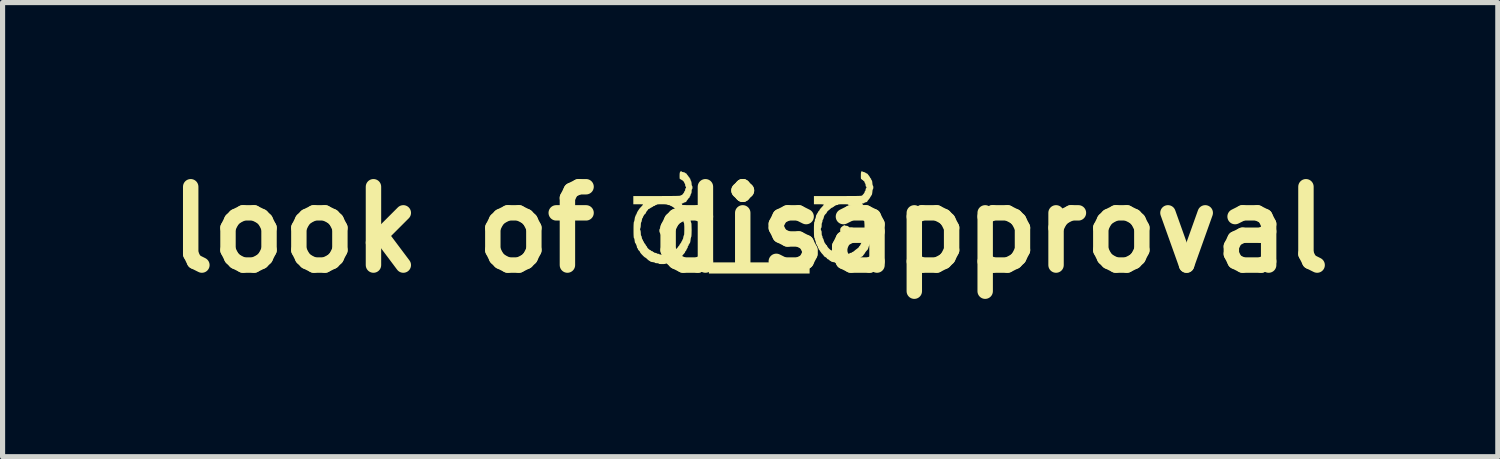
<source format=kicad_pcb>
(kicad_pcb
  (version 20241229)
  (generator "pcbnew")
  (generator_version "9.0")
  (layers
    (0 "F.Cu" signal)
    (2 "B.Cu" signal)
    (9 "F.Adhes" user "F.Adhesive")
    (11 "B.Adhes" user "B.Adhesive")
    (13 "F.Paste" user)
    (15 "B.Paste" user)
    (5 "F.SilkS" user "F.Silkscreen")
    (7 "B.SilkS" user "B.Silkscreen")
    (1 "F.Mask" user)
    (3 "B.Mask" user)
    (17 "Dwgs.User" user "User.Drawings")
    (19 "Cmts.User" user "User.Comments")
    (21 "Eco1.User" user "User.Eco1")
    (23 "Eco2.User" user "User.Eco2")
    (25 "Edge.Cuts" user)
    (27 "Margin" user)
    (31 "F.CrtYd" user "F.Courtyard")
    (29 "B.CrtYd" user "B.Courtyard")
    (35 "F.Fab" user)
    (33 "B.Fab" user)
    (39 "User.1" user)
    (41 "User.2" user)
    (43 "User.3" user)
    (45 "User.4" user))
  (footprint "look of disapproval"
    (layer "F.Cu")
    (at 11.546 1.418)
    (property "Reference" "look of disapproval" (at 0 0 0) (layer "F.SilkS") (effects (font (size 1.524 1.524) (thickness 0.3))))
    (attr board_only exclude_from_pos_files exclude_from_bom)
    (fp_poly (pts (xy 1.156 0.854) (xy -0.804 0.854) (xy -0.804 0.637) (xy 1.156 0.637)) (stroke (width 0) (type solid)) (fill yes) (layer "F.SilkS"))
    (fp_poly (pts (xy 1.843 -0.084) (xy 1.85 -0.078) (xy 1.868 -0.075) (xy 1.868 -0.075) (xy 1.886 -0.074) (xy 1.901 -0.068) (xy 1.92 -0.054) (xy 1.932 -0.042) (xy 1.942 -0.024) (xy 1.944 0.004) (xy 1.94 0.035) (xy 1.931 0.065) (xy 1.916 0.087) (xy 1.901 0.1) (xy 1.884 0.106) (xy 1.859 0.109) (xy 1.844 0.109) (xy 1.815 0.108) (xy 1.799 0.105) (xy 1.791 0.098) (xy 1.789 0.092) (xy 1.781 0.079) (xy 1.775 0.075) (xy 1.768 0.069) (xy 1.768 0.063) (xy 1.763 0.052) (xy 1.759 0.05) (xy 1.754 0.043) (xy 1.751 0.024) (xy 1.751 0.012) (xy 1.753 -0.016) (xy 1.763 -0.036) (xy 1.774 -0.048) (xy 1.794 -0.065) (xy 1.815 -0.078) (xy 1.832 -0.086) (xy 1.842 -0.086)) (stroke (width 0) (type solid)) (fill yes) (layer "F.SilkS"))
    (fp_poly (pts (xy -1.643 -0.074) (xy -1.628 -0.07) (xy -1.625 -0.067) (xy -1.618 -0.059) (xy -1.614 -0.059) (xy -1.603 -0.051) (xy -1.597 -0.038) (xy -1.59 -0.022) (xy -1.583 -0.017) (xy -1.578 -0.009) (xy -1.575 0.01) (xy -1.575 0.021) (xy -1.577 0.043) (xy -1.581 0.057) (xy -1.583 0.059) (xy -1.59 0.066) (xy -1.592 0.075) (xy -1.595 0.089) (xy -1.601 0.092) (xy -1.606 0.097) (xy -1.605 0.1) (xy -1.608 0.106) (xy -1.623 0.112) (xy -1.646 0.116) (xy -1.673 0.117) (xy -1.698 0.115) (xy -1.717 0.111) (xy -1.739 0.097) (xy -1.75 0.078) (xy -1.751 0.072) (xy -1.755 0.06) (xy -1.759 0.059) (xy -1.764 0.051) (xy -1.767 0.032) (xy -1.768 0.021) (xy -1.766 -0.002) (xy -1.762 -0.015) (xy -1.759 -0.017) (xy -1.751 -0.024) (xy -1.746 -0.038) (xy -1.736 -0.055) (xy -1.725 -0.059) (xy -1.712 -0.062) (xy -1.709 -0.067) (xy -1.701 -0.072) (xy -1.682 -0.075) (xy -1.667 -0.075)) (stroke (width 0) (type solid)) (fill yes) (layer "F.SilkS"))
    (fp_poly (pts (xy -1.334 -1.135) (xy -1.336 -1.132) (xy -1.331 -1.126) (xy -1.314 -1.121) (xy -1.303 -1.119) (xy -1.28 -1.114) (xy -1.267 -1.108) (xy -1.265 -1.105) (xy -1.258 -1.098) (xy -1.252 -1.097) (xy -1.241 -1.093) (xy -1.24 -1.089) (xy -1.234 -1.079) (xy -1.221 -1.063) (xy -1.219 -1.06) (xy -1.205 -1.044) (xy -1.198 -1.032) (xy -1.198 -1.031) (xy -1.192 -1.022) (xy -1.19 -1.022) (xy -1.182 -1.015) (xy -1.181 -1.009) (xy -1.177 -0.998) (xy -1.173 -0.997) (xy -1.166 -0.99) (xy -1.164 -0.982) (xy -1.16 -0.963) (xy -1.152 -0.95) (xy -1.145 -0.932) (xy -1.14 -0.906) (xy -1.14 -0.894) (xy -1.138 -0.871) (xy -1.134 -0.857) (xy -1.131 -0.854) (xy -1.126 -0.847) (xy -1.123 -0.828) (xy -1.123 -0.821) (xy -1.124 -0.8) (xy -1.129 -0.788) (xy -1.131 -0.787) (xy -1.136 -0.78) (xy -1.139 -0.761) (xy -1.139 -0.746) (xy -1.141 -0.722) (xy -1.144 -0.707) (xy -1.147 -0.704) (xy -1.153 -0.696) (xy -1.159 -0.678) (xy -1.16 -0.674) (xy -1.165 -0.655) (xy -1.172 -0.645) (xy -1.173 -0.645) (xy -1.18 -0.638) (xy -1.181 -0.628) (xy -1.184 -0.616) (xy -1.19 -0.616) (xy -1.197 -0.615) (xy -1.198 -0.612) (xy -1.203 -0.6) (xy -1.217 -0.584) (xy -1.219 -0.581) (xy -1.233 -0.564) (xy -1.24 -0.55) (xy -1.24 -0.549) (xy -1.247 -0.539) (xy -1.267 -0.532) (xy -1.269 -0.531) (xy -1.288 -0.526) (xy -1.298 -0.52) (xy -1.298 -0.518) (xy -1.306 -0.512) (xy -1.315 -0.511) (xy -1.329 -0.508) (xy -1.332 -0.504) (xy -1.326 -0.491) (xy -1.31 -0.469) (xy -1.285 -0.441) (xy -1.276 -0.431) (xy -1.256 -0.405) (xy -1.241 -0.376) (xy -1.238 -0.369) (xy -1.23 -0.348) (xy -1.223 -0.336) (xy -1.221 -0.335) (xy -1.215 -0.328) (xy -1.215 -0.322) (xy -1.209 -0.307) (xy -1.198 -0.291) (xy -1.186 -0.273) (xy -1.181 -0.258) (xy -1.178 -0.245) (xy -1.173 -0.243) (xy -1.169 -0.235) (xy -1.164 -0.215) (xy -1.16 -0.188) (xy -1.156 -0.161) (xy -1.151 -0.141) (xy -1.147 -0.134) (xy -1.144 -0.126) (xy -1.142 -0.104) (xy -1.141 -0.071) (xy -1.14 -0.029) (xy -1.139 0.004) (xy -1.14 0.05) (xy -1.141 0.09) (xy -1.143 0.12) (xy -1.145 0.138) (xy -1.147 0.142) (xy -1.151 0.15) (xy -1.156 0.17) (xy -1.16 0.199) (xy -1.16 0.201) (xy -1.164 0.23) (xy -1.169 0.251) (xy -1.173 0.26) (xy -1.174 0.26) (xy -1.18 0.266) (xy -1.181 0.272) (xy -1.186 0.283) (xy -1.19 0.285) (xy -1.196 0.292) (xy -1.198 0.302) (xy -1.201 0.315) (xy -1.206 0.318) (xy -1.213 0.326) (xy -1.215 0.339) (xy -1.217 0.355) (xy -1.221 0.36) (xy -1.228 0.367) (xy -1.237 0.385) (xy -1.239 0.39) (xy -1.247 0.409) (xy -1.256 0.418) (xy -1.257 0.419) (xy -1.264 0.426) (xy -1.265 0.432) (xy -1.27 0.447) (xy -1.284 0.464) (xy -1.284 0.464) (xy -1.302 0.484) (xy -1.315 0.502) (xy -1.331 0.518) (xy -1.344 0.525) (xy -1.361 0.534) (xy -1.38 0.551) (xy -1.383 0.554) (xy -1.401 0.57) (xy -1.415 0.578) (xy -1.417 0.578) (xy -1.431 0.584) (xy -1.441 0.595) (xy -1.456 0.608) (xy -1.468 0.612) (xy -1.48 0.615) (xy -1.483 0.619) (xy -1.49 0.625) (xy -1.509 0.631) (xy -1.52 0.633) (xy -1.543 0.638) (xy -1.556 0.643) (xy -1.558 0.646) (xy -1.566 0.65) (xy -1.585 0.653) (xy -1.6 0.653) (xy -1.624 0.655) (xy -1.639 0.659) (xy -1.642 0.662) (xy -1.65 0.666) (xy -1.672 0.669) (xy -1.704 0.67) (xy -1.714 0.67) (xy -1.751 0.669) (xy -1.773 0.667) (xy -1.78 0.663) (xy -1.78 0.662) (xy -1.784 0.656) (xy -1.802 0.654) (xy -1.813 0.653) (xy -1.836 0.652) (xy -1.85 0.648) (xy -1.851 0.646) (xy -1.859 0.64) (xy -1.878 0.635) (xy -1.897 0.632) (xy -1.923 0.628) (xy -1.939 0.623) (xy -1.944 0.619) (xy -1.95 0.612) (xy -1.952 0.612) (xy -1.966 0.605) (xy -1.99 0.587) (xy -2.015 0.563) (xy -2.03 0.55) (xy -2.04 0.545) (xy -2.04 0.545) (xy -2.052 0.538) (xy -2.072 0.521) (xy -2.088 0.505) (xy -2.117 0.475) (xy -2.135 0.453) (xy -2.143 0.439) (xy -2.145 0.434) (xy -2.151 0.421) (xy -2.166 0.407) (xy -2.18 0.391) (xy -2.186 0.376) (xy -2.19 0.363) (xy -2.195 0.36) (xy -2.202 0.353) (xy -2.203 0.344) (xy -2.206 0.327) (xy -2.213 0.305) (xy -2.223 0.282) (xy -2.232 0.265) (xy -2.238 0.26) (xy -2.242 0.252) (xy -2.246 0.232) (xy -2.249 0.209) (xy -2.253 0.184) (xy -2.258 0.168) (xy -2.263 0.164) (xy -2.265 0.157) (xy -2.267 0.136) (xy -2.269 0.102) (xy -2.27 0.058) (xy -2.27 0.009) (xy -2.27 -0.008) (xy -2.144 -0.008) (xy -2.138 0.008) (xy -2.132 0.026) (xy -2.129 0.053) (xy -2.128 0.071) (xy -2.127 0.096) (xy -2.124 0.113) (xy -2.121 0.117) (xy -2.115 0.125) (xy -2.11 0.143) (xy -2.109 0.153) (xy -2.104 0.175) (xy -2.097 0.189) (xy -2.095 0.191) (xy -2.087 0.201) (xy -2.086 0.21) (xy -2.082 0.223) (xy -2.078 0.226) (xy -2.07 0.233) (xy -2.069 0.24) (xy -2.063 0.256) (xy -2.054 0.267) (xy -2.039 0.286) (xy -2.032 0.299) (xy -2.025 0.314) (xy -2.018 0.318) (xy -2.011 0.325) (xy -2.011 0.33) (xy -2.004 0.345) (xy -1.989 0.364) (xy -1.969 0.383) (xy -1.95 0.396) (xy -1.945 0.397) (xy -1.931 0.405) (xy -1.927 0.411) (xy -1.92 0.417) (xy -1.91 0.419) (xy -1.896 0.422) (xy -1.893 0.427) (xy -1.886 0.435) (xy -1.881 0.436) (xy -1.87 0.44) (xy -1.868 0.444) (xy -1.861 0.45) (xy -1.843 0.452) (xy -1.843 0.452) (xy -1.825 0.455) (xy -1.818 0.461) (xy -1.818 0.461) (xy -1.811 0.467) (xy -1.793 0.469) (xy -1.793 0.469) (xy -1.775 0.472) (xy -1.768 0.477) (xy -1.768 0.478) (xy -1.76 0.482) (xy -1.739 0.485) (xy -1.708 0.486) (xy -1.704 0.486) (xy -1.67 0.485) (xy -1.651 0.482) (xy -1.646 0.478) (xy -1.643 0.472) (xy -1.626 0.469) (xy -1.622 0.469) (xy -1.602 0.467) (xy -1.592 0.462) (xy -1.592 0.461) (xy -1.584 0.455) (xy -1.567 0.452) (xy -1.567 0.452) (xy -1.549 0.45) (xy -1.541 0.444) (xy -1.541 0.444) (xy -1.535 0.437) (xy -1.529 0.436) (xy -1.518 0.431) (xy -1.516 0.427) (xy -1.51 0.42) (xy -1.504 0.419) (xy -1.493 0.414) (xy -1.491 0.41) (xy -1.484 0.403) (xy -1.478 0.402) (xy -1.466 0.396) (xy -1.447 0.382) (xy -1.427 0.364) (xy -1.41 0.345) (xy -1.4 0.331) (xy -1.399 0.327) (xy -1.393 0.319) (xy -1.391 0.318) (xy -1.383 0.311) (xy -1.377 0.299) (xy -1.366 0.279) (xy -1.356 0.267) (xy -1.344 0.251) (xy -1.34 0.24) (xy -1.336 0.228) (xy -1.332 0.226) (xy -1.325 0.219) (xy -1.324 0.209) (xy -1.32 0.196) (xy -1.316 0.193) (xy -1.31 0.185) (xy -1.304 0.166) (xy -1.302 0.151) (xy -1.297 0.127) (xy -1.292 0.112) (xy -1.289 0.109) (xy -1.286 0.101) (xy -1.284 0.079) (xy -1.283 0.047) (xy -1.282 0.006) (xy -1.282 -0.013) (xy -1.282 -0.057) (xy -1.284 -0.093) (xy -1.286 -0.118) (xy -1.288 -0.13) (xy -1.289 -0.13) (xy -1.294 -0.135) (xy -1.299 -0.153) (xy -1.302 -0.172) (xy -1.307 -0.197) (xy -1.312 -0.214) (xy -1.316 -0.218) (xy -1.322 -0.225) (xy -1.324 -0.235) (xy -1.327 -0.248) (xy -1.332 -0.251) (xy -1.339 -0.258) (xy -1.34 -0.264) (xy -1.345 -0.275) (xy -1.349 -0.276) (xy -1.357 -0.283) (xy -1.357 -0.285) (xy -1.359 -0.294) (xy -1.367 -0.306) (xy -1.383 -0.324) (xy -1.404 -0.347) (xy -1.423 -0.368) (xy -1.437 -0.387) (xy -1.44 -0.392) (xy -1.454 -0.407) (xy -1.474 -0.42) (xy -1.492 -0.43) (xy -1.499 -0.437) (xy -1.5 -0.438) (xy -1.506 -0.443) (xy -1.512 -0.444) (xy -1.523 -0.449) (xy -1.525 -0.452) (xy -1.532 -0.459) (xy -1.541 -0.461) (xy -1.555 -0.464) (xy -1.558 -0.469) (xy -1.565 -0.475) (xy -1.583 -0.478) (xy -1.602 -0.48) (xy -1.613 -0.486) (xy -1.623 -0.489) (xy -1.647 -0.492) (xy -1.682 -0.494) (xy -1.718 -0.494) (xy -1.762 -0.494) (xy -1.794 -0.492) (xy -1.813 -0.489) (xy -1.818 -0.486) (xy -1.825 -0.479) (xy -1.835 -0.478) (xy -1.848 -0.474) (xy -1.851 -0.469) (xy -1.858 -0.462) (xy -1.868 -0.461) (xy -1.882 -0.458) (xy -1.885 -0.454) (xy -1.892 -0.447) (xy -1.909 -0.438) (xy -1.912 -0.436) (xy -1.934 -0.425) (xy -1.95 -0.414) (xy -1.95 -0.413) (xy -1.966 -0.404) (xy -1.973 -0.402) (xy -1.984 -0.397) (xy -1.985 -0.393) (xy -1.991 -0.382) (xy -2.005 -0.367) (xy -2.005 -0.366) (xy -2.021 -0.346) (xy -2.03 -0.325) (xy -2.04 -0.307) (xy -2.052 -0.297) (xy -2.066 -0.286) (xy -2.069 -0.276) (xy -2.073 -0.263) (xy -2.078 -0.26) (xy -2.084 -0.253) (xy -2.086 -0.243) (xy -2.089 -0.229) (xy -2.094 -0.226) (xy -2.1 -0.219) (xy -2.105 -0.199) (xy -2.108 -0.184) (xy -2.112 -0.16) (xy -2.118 -0.145) (xy -2.121 -0.142) (xy -2.124 -0.135) (xy -2.127 -0.115) (xy -2.128 -0.092) (xy -2.13 -0.062) (xy -2.134 -0.037) (xy -2.138 -0.025) (xy -2.144 -0.008) (xy -2.27 -0.008) (xy -2.27 -0.042) (xy -2.269 -0.086) (xy -2.267 -0.12) (xy -2.265 -0.142) (xy -2.263 -0.151) (xy -2.263 -0.151) (xy -2.258 -0.158) (xy -2.253 -0.178) (xy -2.249 -0.201) (xy -2.245 -0.229) (xy -2.24 -0.249) (xy -2.236 -0.256) (xy -2.23 -0.267) (xy -2.228 -0.277) (xy -2.225 -0.29) (xy -2.22 -0.293) (xy -2.212 -0.3) (xy -2.212 -0.303) (xy -2.207 -0.322) (xy -2.194 -0.349) (xy -2.175 -0.379) (xy -2.155 -0.408) (xy -2.14 -0.425) (xy -2.113 -0.454) (xy -2.096 -0.473) (xy -2.087 -0.485) (xy -2.086 -0.49) (xy -2.094 -0.492) (xy -2.115 -0.493) (xy -2.146 -0.494) (xy -2.18 -0.494) (xy -2.274 -0.494) (xy -2.274 -0.653) (xy -1.816 -0.653) (xy -1.704 -0.654) (xy -1.607 -0.654) (xy -1.526 -0.655) (xy -1.46 -0.656) (xy -1.41 -0.657) (xy -1.377 -0.659) (xy -1.36 -0.661) (xy -1.357 -0.662) (xy -1.35 -0.669) (xy -1.342 -0.67) (xy -1.326 -0.677) (xy -1.315 -0.688) (xy -1.301 -0.706) (xy -1.292 -0.717) (xy -1.283 -0.733) (xy -1.282 -0.741) (xy -1.277 -0.752) (xy -1.273 -0.754) (xy -1.267 -0.761) (xy -1.265 -0.779) (xy -1.265 -0.779) (xy -1.263 -0.797) (xy -1.257 -0.804) (xy -1.257 -0.804) (xy -1.25 -0.811) (xy -1.248 -0.821) (xy -1.252 -0.835) (xy -1.257 -0.838) (xy -1.262 -0.845) (xy -1.265 -0.863) (xy -1.265 -0.867) (xy -1.267 -0.886) (xy -1.272 -0.896) (xy -1.273 -0.896) (xy -1.281 -0.903) (xy -1.282 -0.909) (xy -1.287 -0.925) (xy -1.301 -0.943) (xy -1.317 -0.958) (xy -1.329 -0.963) (xy -1.339 -0.968) (xy -1.34 -0.972) (xy -1.347 -0.979) (xy -1.357 -0.98) (xy -1.365 -0.982) (xy -1.37 -0.988) (xy -1.373 -1.003) (xy -1.374 -1.029) (xy -1.374 -1.048) (xy -1.373 -1.088) (xy -1.368 -1.114) (xy -1.362 -1.127) (xy -1.349 -1.136) (xy -1.338 -1.139)) (stroke (width 0) (type solid)) (fill yes) (layer "F.SilkS"))
    (fp_poly (pts (xy 2.176 -1.136) (xy 2.18 -1.133) (xy 2.195 -1.125) (xy 2.218 -1.119) (xy 2.218 -1.119) (xy 2.236 -1.113) (xy 2.245 -1.106) (xy 2.245 -1.105) (xy 2.252 -1.099) (xy 2.26 -1.097) (xy 2.276 -1.091) (xy 2.287 -1.08) (xy 2.303 -1.059) (xy 2.314 -1.045) (xy 2.327 -1.026) (xy 2.333 -1.013) (xy 2.341 -1) (xy 2.346 -0.997) (xy 2.353 -0.99) (xy 2.354 -0.981) (xy 2.358 -0.966) (xy 2.364 -0.962) (xy 2.37 -0.952) (xy 2.375 -0.93) (xy 2.377 -0.906) (xy 2.38 -0.879) (xy 2.385 -0.861) (xy 2.389 -0.854) (xy 2.393 -0.847) (xy 2.396 -0.828) (xy 2.396 -0.821) (xy 2.394 -0.8) (xy 2.39 -0.788) (xy 2.389 -0.787) (xy 2.384 -0.78) (xy 2.38 -0.76) (xy 2.377 -0.732) (xy 2.377 -0.731) (xy 2.373 -0.702) (xy 2.368 -0.681) (xy 2.363 -0.672) (xy 2.355 -0.662) (xy 2.354 -0.657) (xy 2.349 -0.646) (xy 2.346 -0.645) (xy 2.338 -0.638) (xy 2.337 -0.635) (xy 2.335 -0.626) (xy 2.326 -0.612) (xy 2.31 -0.591) (xy 2.287 -0.564) (xy 2.279 -0.55) (xy 2.279 -0.546) (xy 2.271 -0.539) (xy 2.253 -0.533) (xy 2.249 -0.533) (xy 2.23 -0.527) (xy 2.22 -0.52) (xy 2.22 -0.519) (xy 2.213 -0.513) (xy 2.199 -0.511) (xy 2.182 -0.509) (xy 2.18 -0.501) (xy 2.189 -0.491) (xy 2.201 -0.475) (xy 2.212 -0.461) (xy 2.225 -0.442) (xy 2.235 -0.431) (xy 2.244 -0.417) (xy 2.245 -0.411) (xy 2.25 -0.405) (xy 2.253 -0.406) (xy 2.261 -0.404) (xy 2.262 -0.398) (xy 2.266 -0.389) (xy 2.27 -0.39) (xy 2.277 -0.388) (xy 2.279 -0.382) (xy 2.283 -0.37) (xy 2.286 -0.369) (xy 2.292 -0.361) (xy 2.298 -0.343) (xy 2.299 -0.337) (xy 2.307 -0.313) (xy 2.319 -0.295) (xy 2.321 -0.293) (xy 2.334 -0.276) (xy 2.337 -0.262) (xy 2.34 -0.247) (xy 2.346 -0.243) (xy 2.352 -0.236) (xy 2.354 -0.219) (xy 2.357 -0.2) (xy 2.364 -0.191) (xy 2.368 -0.185) (xy 2.371 -0.171) (xy 2.373 -0.146) (xy 2.374 -0.109) (xy 2.375 -0.058) (xy 2.375 0.002) (xy 2.375 0.069) (xy 2.374 0.12) (xy 2.372 0.158) (xy 2.37 0.183) (xy 2.367 0.198) (xy 2.364 0.202) (xy 2.357 0.218) (xy 2.354 0.236) (xy 2.351 0.253) (xy 2.346 0.26) (xy 2.338 0.266) (xy 2.337 0.272) (xy 2.333 0.283) (xy 2.329 0.285) (xy 2.322 0.292) (xy 2.321 0.302) (xy 2.317 0.315) (xy 2.313 0.318) (xy 2.307 0.326) (xy 2.302 0.344) (xy 2.301 0.351) (xy 2.288 0.385) (xy 2.272 0.403) (xy 2.253 0.424) (xy 2.235 0.45) (xy 2.233 0.454) (xy 2.221 0.474) (xy 2.212 0.485) (xy 2.21 0.486) (xy 2.203 0.493) (xy 2.199 0.503) (xy 2.19 0.516) (xy 2.183 0.519) (xy 2.172 0.525) (xy 2.154 0.538) (xy 2.142 0.549) (xy 2.122 0.566) (xy 2.105 0.576) (xy 2.098 0.578) (xy 2.087 0.583) (xy 2.086 0.586) (xy 2.079 0.594) (xy 2.073 0.595) (xy 2.062 0.599) (xy 2.061 0.603) (xy 2.054 0.611) (xy 2.048 0.612) (xy 2.039 0.615) (xy 2.04 0.62) (xy 2.035 0.625) (xy 2.018 0.631) (xy 2.002 0.633) (xy 1.979 0.638) (xy 1.963 0.643) (xy 1.96 0.646) (xy 1.953 0.65) (xy 1.933 0.653) (xy 1.91 0.653) (xy 1.883 0.655) (xy 1.865 0.658) (xy 1.86 0.662) (xy 1.852 0.666) (xy 1.832 0.669) (xy 1.805 0.67) (xy 1.777 0.669) (xy 1.757 0.666) (xy 1.751 0.662) (xy 1.743 0.657) (xy 1.724 0.654) (xy 1.705 0.653) (xy 1.68 0.652) (xy 1.663 0.649) (xy 1.659 0.645) (xy 1.651 0.64) (xy 1.632 0.634) (xy 1.617 0.632) (xy 1.593 0.627) (xy 1.578 0.622) (xy 1.575 0.619) (xy 1.568 0.612) (xy 1.564 0.612) (xy 1.551 0.605) (xy 1.541 0.595) (xy 1.527 0.582) (xy 1.515 0.578) (xy 1.501 0.571) (xy 1.496 0.563) (xy 1.485 0.549) (xy 1.466 0.536) (xy 1.462 0.534) (xy 1.443 0.523) (xy 1.433 0.513) (xy 1.433 0.511) (xy 1.427 0.501) (xy 1.413 0.484) (xy 1.403 0.474) (xy 1.386 0.455) (xy 1.376 0.441) (xy 1.374 0.436) (xy 1.368 0.428) (xy 1.366 0.427) (xy 1.358 0.42) (xy 1.357 0.414) (xy 1.35 0.4) (xy 1.345 0.397) (xy 1.334 0.385) (xy 1.332 0.376) (xy 1.328 0.363) (xy 1.324 0.36) (xy 1.317 0.353) (xy 1.315 0.339) (xy 1.312 0.324) (xy 1.307 0.318) (xy 1.3 0.311) (xy 1.298 0.301) (xy 1.295 0.289) (xy 1.29 0.289) (xy 1.285 0.284) (xy 1.279 0.267) (xy 1.277 0.252) (xy 1.272 0.228) (xy 1.267 0.212) (xy 1.264 0.209) (xy 1.259 0.202) (xy 1.257 0.185) (xy 1.257 0.184) (xy 1.254 0.167) (xy 1.248 0.159) (xy 1.248 0.159) (xy 1.245 0.151) (xy 1.243 0.127) (xy 1.241 0.089) (xy 1.24 0.037) (xy 1.24 0.004) (xy 1.24 -0.008) (xy 1.374 -0.008) (xy 1.376 0.009) (xy 1.382 0.017) (xy 1.382 0.017) (xy 1.387 0.024) (xy 1.39 0.044) (xy 1.391 0.067) (xy 1.392 0.094) (xy 1.395 0.112) (xy 1.399 0.117) (xy 1.405 0.125) (xy 1.407 0.142) (xy 1.407 0.142) (xy 1.41 0.16) (xy 1.415 0.168) (xy 1.415 0.168) (xy 1.421 0.175) (xy 1.428 0.194) (xy 1.433 0.212) (xy 1.442 0.239) (xy 1.453 0.261) (xy 1.459 0.269) (xy 1.471 0.283) (xy 1.474 0.293) (xy 1.479 0.299) (xy 1.482 0.298) (xy 1.489 0.301) (xy 1.495 0.315) (xy 1.504 0.333) (xy 1.521 0.355) (xy 1.542 0.376) (xy 1.562 0.394) (xy 1.578 0.402) (xy 1.58 0.402) (xy 1.591 0.407) (xy 1.592 0.41) (xy 1.599 0.418) (xy 1.607 0.419) (xy 1.623 0.425) (xy 1.634 0.436) (xy 1.652 0.449) (xy 1.669 0.452) (xy 1.686 0.455) (xy 1.692 0.461) (xy 1.7 0.466) (xy 1.718 0.469) (xy 1.726 0.469) (xy 1.747 0.471) (xy 1.758 0.476) (xy 1.759 0.478) (xy 1.767 0.482) (xy 1.786 0.485) (xy 1.805 0.486) (xy 1.831 0.485) (xy 1.847 0.481) (xy 1.851 0.478) (xy 1.859 0.473) (xy 1.878 0.47) (xy 1.893 0.469) (xy 1.917 0.468) (xy 1.932 0.464) (xy 1.935 0.461) (xy 1.942 0.454) (xy 1.956 0.452) (xy 1.972 0.45) (xy 1.977 0.444) (xy 1.984 0.437) (xy 1.989 0.436) (xy 2.003 0.43) (xy 2.021 0.417) (xy 2.021 0.417) (xy 2.043 0.398) (xy 2.064 0.382) (xy 2.097 0.357) (xy 2.115 0.339) (xy 2.119 0.328) (xy 2.125 0.319) (xy 2.127 0.318) (xy 2.136 0.312) (xy 2.14 0.304) (xy 2.151 0.278) (xy 2.162 0.259) (xy 2.171 0.251) (xy 2.172 0.251) (xy 2.177 0.245) (xy 2.178 0.239) (xy 2.182 0.228) (xy 2.186 0.226) (xy 2.192 0.219) (xy 2.198 0.201) (xy 2.199 0.195) (xy 2.205 0.173) (xy 2.213 0.159) (xy 2.214 0.157) (xy 2.218 0.147) (xy 2.221 0.124) (xy 2.223 0.089) (xy 2.224 0.048) (xy 2.225 0.003) (xy 2.224 -0.043) (xy 2.224 -0.087) (xy 2.222 -0.125) (xy 2.22 -0.154) (xy 2.217 -0.171) (xy 2.215 -0.174) (xy 2.208 -0.186) (xy 2.202 -0.207) (xy 2.201 -0.214) (xy 2.195 -0.235) (xy 2.189 -0.248) (xy 2.187 -0.25) (xy 2.179 -0.26) (xy 2.178 -0.265) (xy 2.173 -0.275) (xy 2.17 -0.276) (xy 2.162 -0.283) (xy 2.161 -0.288) (xy 2.156 -0.3) (xy 2.141 -0.319) (xy 2.121 -0.342) (xy 2.119 -0.343) (xy 2.099 -0.365) (xy 2.084 -0.383) (xy 2.078 -0.392) (xy 2.078 -0.392) (xy 2.071 -0.4) (xy 2.054 -0.41) (xy 2.046 -0.415) (xy 2.023 -0.429) (xy 2.004 -0.443) (xy 2.001 -0.446) (xy 1.985 -0.458) (xy 1.974 -0.461) (xy 1.962 -0.465) (xy 1.96 -0.469) (xy 1.953 -0.475) (xy 1.935 -0.477) (xy 1.929 -0.478) (xy 1.91 -0.479) (xy 1.906 -0.482) (xy 1.91 -0.486) (xy 1.909 -0.49) (xy 1.891 -0.492) (xy 1.858 -0.494) (xy 1.816 -0.494) (xy 1.77 -0.494) (xy 1.735 -0.492) (xy 1.715 -0.489) (xy 1.709 -0.486) (xy 1.702 -0.48) (xy 1.684 -0.478) (xy 1.684 -0.478) (xy 1.666 -0.475) (xy 1.659 -0.469) (xy 1.659 -0.469) (xy 1.652 -0.462) (xy 1.646 -0.461) (xy 1.635 -0.456) (xy 1.634 -0.452) (xy 1.627 -0.445) (xy 1.621 -0.444) (xy 1.61 -0.439) (xy 1.608 -0.436) (xy 1.601 -0.429) (xy 1.593 -0.427) (xy 1.577 -0.421) (xy 1.572 -0.415) (xy 1.56 -0.404) (xy 1.554 -0.402) (xy 1.545 -0.398) (xy 1.546 -0.394) (xy 1.546 -0.386) (xy 1.543 -0.385) (xy 1.53 -0.379) (xy 1.513 -0.365) (xy 1.498 -0.349) (xy 1.491 -0.335) (xy 1.491 -0.335) (xy 1.485 -0.322) (xy 1.47 -0.306) (xy 1.466 -0.303) (xy 1.448 -0.282) (xy 1.435 -0.253) (xy 1.432 -0.238) (xy 1.425 -0.213) (xy 1.418 -0.197) (xy 1.414 -0.193) (xy 1.409 -0.185) (xy 1.407 -0.168) (xy 1.405 -0.149) (xy 1.399 -0.138) (xy 1.395 -0.128) (xy 1.391 -0.106) (xy 1.391 -0.083) (xy 1.389 -0.057) (xy 1.386 -0.039) (xy 1.382 -0.034) (xy 1.376 -0.026) (xy 1.374 -0.009) (xy 1.374 -0.008) (xy 1.24 -0.008) (xy 1.24 -0.054) (xy 1.242 -0.1) (xy 1.244 -0.132) (xy 1.246 -0.148) (xy 1.248 -0.151) (xy 1.254 -0.158) (xy 1.257 -0.176) (xy 1.257 -0.18) (xy 1.259 -0.199) (xy 1.263 -0.209) (xy 1.264 -0.209) (xy 1.27 -0.217) (xy 1.275 -0.236) (xy 1.278 -0.251) (xy 1.282 -0.275) (xy 1.288 -0.29) (xy 1.291 -0.293) (xy 1.298 -0.3) (xy 1.298 -0.306) (xy 1.303 -0.317) (xy 1.307 -0.318) (xy 1.314 -0.325) (xy 1.315 -0.333) (xy 1.322 -0.349) (xy 1.332 -0.36) (xy 1.345 -0.373) (xy 1.349 -0.382) (xy 1.354 -0.393) (xy 1.369 -0.412) (xy 1.389 -0.434) (xy 1.391 -0.436) (xy 1.411 -0.458) (xy 1.426 -0.476) (xy 1.432 -0.486) (xy 1.433 -0.486) (xy 1.425 -0.49) (xy 1.403 -0.492) (xy 1.371 -0.494) (xy 1.336 -0.494) (xy 1.24 -0.494) (xy 1.24 -0.653) (xy 1.703 -0.653) (xy 1.804 -0.653) (xy 1.888 -0.654) (xy 1.959 -0.654) (xy 2.017 -0.654) (xy 2.064 -0.655) (xy 2.1 -0.656) (xy 2.128 -0.657) (xy 2.148 -0.658) (xy 2.162 -0.66) (xy 2.172 -0.662) (xy 2.177 -0.665) (xy 2.181 -0.668) (xy 2.211 -0.702) (xy 2.226 -0.727) (xy 2.228 -0.738) (xy 2.232 -0.751) (xy 2.237 -0.754) (xy 2.243 -0.761) (xy 2.245 -0.779) (xy 2.245 -0.779) (xy 2.248 -0.797) (xy 2.253 -0.804) (xy 2.253 -0.804) (xy 2.26 -0.811) (xy 2.262 -0.821) (xy 2.258 -0.835) (xy 2.253 -0.838) (xy 2.248 -0.845) (xy 2.245 -0.863) (xy 2.245 -0.867) (xy 2.243 -0.886) (xy 2.239 -0.896) (xy 2.238 -0.896) (xy 2.231 -0.904) (xy 2.226 -0.921) (xy 2.225 -0.922) (xy 2.218 -0.941) (xy 2.207 -0.947) (xy 2.198 -0.951) (xy 2.199 -0.955) (xy 2.197 -0.962) (xy 2.191 -0.963) (xy 2.18 -0.968) (xy 2.178 -0.972) (xy 2.171 -0.979) (xy 2.166 -0.98) (xy 2.159 -0.983) (xy 2.155 -0.994) (xy 2.153 -1.017) (xy 2.153 -1.049) (xy 2.154 -1.094) (xy 2.159 -1.122) (xy 2.166 -1.136)) (stroke (width 0) (type solid)) (fill yes) (layer "F.SilkS")))
  (gr_rect
    (start -3 -3)
    (end 26.092 5.836)
    (stroke (width 0.1) (type default))
    (fill no)
    (layer "Edge.Cuts")))
</source>
